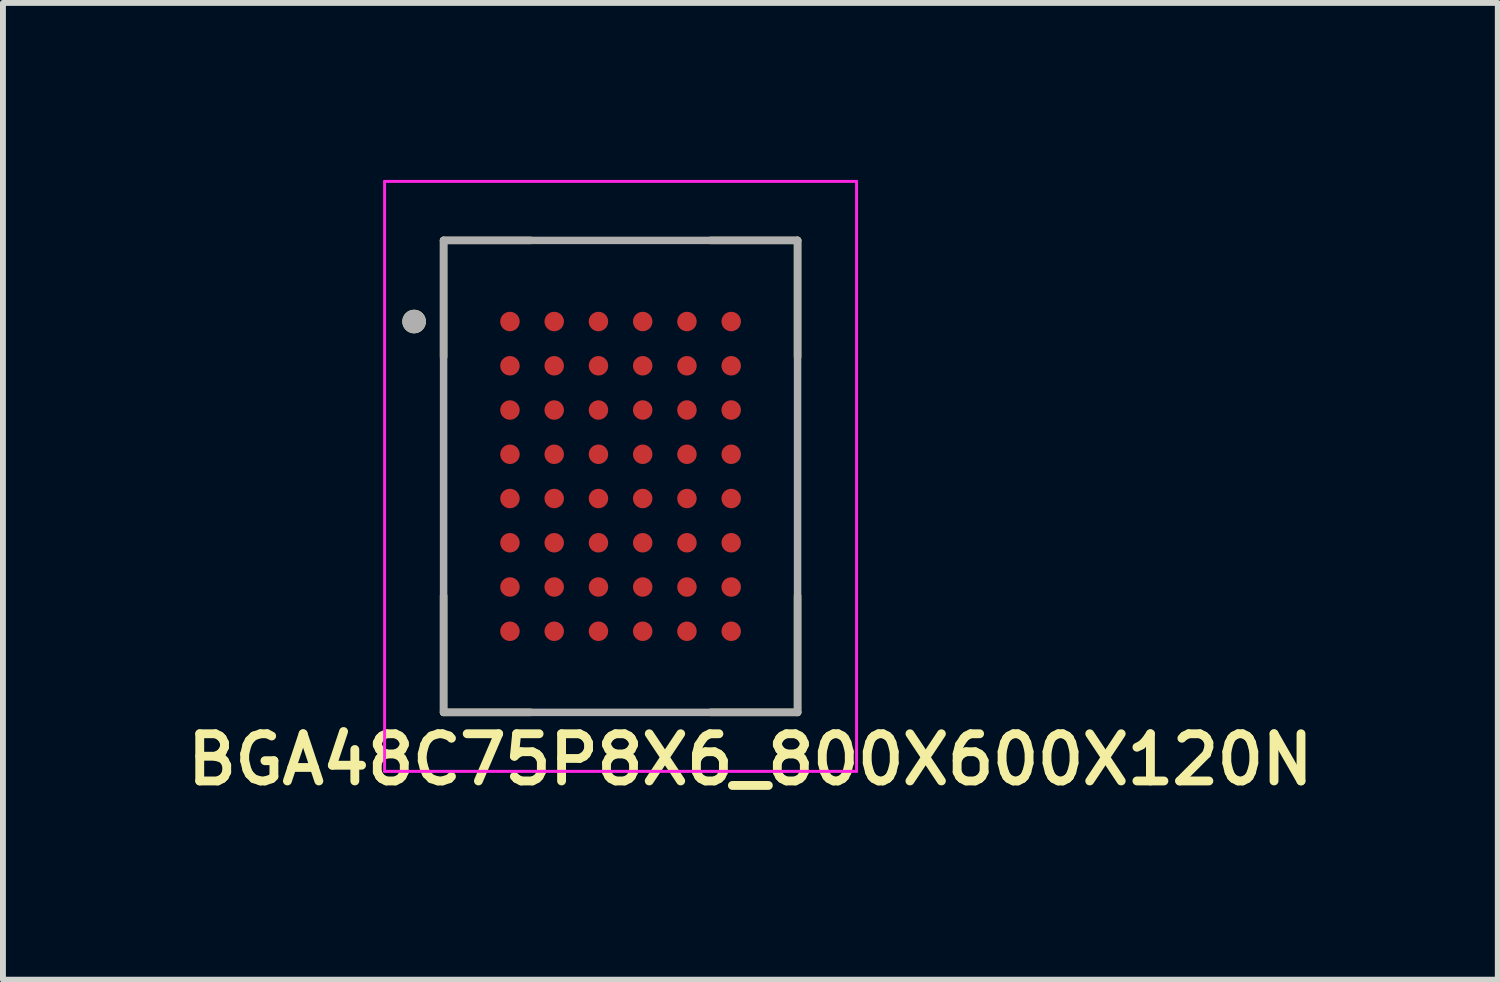
<source format=kicad_pcb>
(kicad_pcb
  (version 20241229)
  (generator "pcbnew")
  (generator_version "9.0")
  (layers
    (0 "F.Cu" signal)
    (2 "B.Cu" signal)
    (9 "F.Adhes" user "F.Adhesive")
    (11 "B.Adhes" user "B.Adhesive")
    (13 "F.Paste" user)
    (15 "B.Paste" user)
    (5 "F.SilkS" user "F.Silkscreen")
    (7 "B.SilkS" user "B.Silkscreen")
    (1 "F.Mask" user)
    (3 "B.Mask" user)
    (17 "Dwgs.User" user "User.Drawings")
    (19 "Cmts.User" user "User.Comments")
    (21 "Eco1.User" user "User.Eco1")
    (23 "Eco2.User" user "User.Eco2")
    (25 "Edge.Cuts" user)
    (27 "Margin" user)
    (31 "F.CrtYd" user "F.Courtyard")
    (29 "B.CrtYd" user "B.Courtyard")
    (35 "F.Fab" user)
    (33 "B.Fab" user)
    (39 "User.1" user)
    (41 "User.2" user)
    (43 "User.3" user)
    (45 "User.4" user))
  (footprint "BGA48C75P8X6_800X600X120N"
    (layer "F.Cu")
    (at 7.469 5.025)
    (property "Reference" "BGA48C75P8X6_800X600X120N" (at 2.2 4.8 180) (layer "F.SilkS") (effects (font (size 0.8 0.8) (thickness 0.15))))
    (attr smd)
    (fp_line (start -3 -4) (end -3 -2.025) (stroke (width 0.127) (type solid)) (layer "F.SilkS"))
    (fp_line (start -3 -4) (end -1.525 -4) (stroke (width 0.127) (type solid)) (layer "F.SilkS"))
    (fp_line (start -3 4) (end -3 2.025) (stroke (width 0.127) (type solid)) (layer "F.SilkS"))
    (fp_line (start -3 4) (end -1.525 4) (stroke (width 0.127) (type solid)) (layer "F.SilkS"))
    (fp_line (start 3 -4) (end 1.525 -4) (stroke (width 0.127) (type solid)) (layer "F.SilkS"))
    (fp_line (start 3 -4) (end 3 -2.025) (stroke (width 0.127) (type solid)) (layer "F.SilkS"))
    (fp_line (start 3 4) (end 1.525 4) (stroke (width 0.127) (type solid)) (layer "F.SilkS"))
    (fp_line (start 3 4) (end 3 2.025) (stroke (width 0.127) (type solid)) (layer "F.SilkS"))
    (fp_circle (center -3.5 -2.625) (end -3.4 -2.625) (stroke (width 0.2) (type solid)) (fill no) (layer "F.SilkS"))
    (fp_line (start -4 -5) (end 4 -5) (stroke (width 0.05) (type solid)) (layer "F.CrtYd"))
    (fp_line (start -4 5) (end -4 -5) (stroke (width 0.05) (type solid)) (layer "F.CrtYd"))
    (fp_line (start -4 5) (end 4 5) (stroke (width 0.05) (type solid)) (layer "F.CrtYd"))
    (fp_line (start 4 5) (end 4 -5) (stroke (width 0.05) (type solid)) (layer "F.CrtYd"))
    (fp_line (start -3 4) (end -3 -4) (stroke (width 0.127) (type solid)) (layer "F.Fab"))
    (fp_line (start 3 -4) (end -3 -4) (stroke (width 0.127) (type solid)) (layer "F.Fab"))
    (fp_line (start 3 4) (end -3 4) (stroke (width 0.127) (type solid)) (layer "F.Fab"))
    (fp_line (start 3 4) (end 3 -4) (stroke (width 0.127) (type solid)) (layer "F.Fab"))
    (fp_circle (center -3.5 -2.625) (end -3.4 -2.625) (stroke (width 0.2) (type solid)) (fill no) (layer "F.Fab"))
    (pad "A1" smd circle (at -1.875 -2.625) (size 0.33 0.33) (layers "F.Cu" "F.Mask" "F.Paste"))
    (pad "A2" smd circle (at -1.125 -2.625) (size 0.33 0.33) (layers "F.Cu" "F.Mask" "F.Paste"))
    (pad "A3" smd circle (at -0.375 -2.625) (size 0.33 0.33) (layers "F.Cu" "F.Mask" "F.Paste"))
    (pad "A4" smd circle (at 0.375 -2.625) (size 0.33 0.33) (layers "F.Cu" "F.Mask" "F.Paste"))
    (pad "A5" smd circle (at 1.125 -2.625) (size 0.33 0.33) (layers "F.Cu" "F.Mask" "F.Paste"))
    (pad "A6" smd circle (at 1.875 -2.625) (size 0.33 0.33) (layers "F.Cu" "F.Mask" "F.Paste"))
    (pad "B1" smd circle (at -1.875 -1.875) (size 0.33 0.33) (layers "F.Cu" "F.Mask" "F.Paste"))
    (pad "B2" smd circle (at -1.125 -1.875) (size 0.33 0.33) (layers "F.Cu" "F.Mask" "F.Paste"))
    (pad "B3" smd circle (at -0.375 -1.875) (size 0.33 0.33) (layers "F.Cu" "F.Mask" "F.Paste"))
    (pad "B4" smd circle (at 0.375 -1.875) (size 0.33 0.33) (layers "F.Cu" "F.Mask" "F.Paste"))
    (pad "B5" smd circle (at 1.125 -1.875) (size 0.33 0.33) (layers "F.Cu" "F.Mask" "F.Paste"))
    (pad "B6" smd circle (at 1.875 -1.875) (size 0.33 0.33) (layers "F.Cu" "F.Mask" "F.Paste"))
    (pad "C1" smd circle (at -1.875 -1.125) (size 0.33 0.33) (layers "F.Cu" "F.Mask" "F.Paste"))
    (pad "C2" smd circle (at -1.125 -1.125) (size 0.33 0.33) (layers "F.Cu" "F.Mask" "F.Paste"))
    (pad "C3" smd circle (at -0.375 -1.125) (size 0.33 0.33) (layers "F.Cu" "F.Mask" "F.Paste"))
    (pad "C4" smd circle (at 0.375 -1.125) (size 0.33 0.33) (layers "F.Cu" "F.Mask" "F.Paste"))
    (pad "C5" smd circle (at 1.125 -1.125) (size 0.33 0.33) (layers "F.Cu" "F.Mask" "F.Paste"))
    (pad "C6" smd circle (at 1.875 -1.125) (size 0.33 0.33) (layers "F.Cu" "F.Mask" "F.Paste"))
    (pad "D1" smd circle (at -1.875 -0.375) (size 0.33 0.33) (layers "F.Cu" "F.Mask" "F.Paste"))
    (pad "D2" smd circle (at -1.125 -0.375) (size 0.33 0.33) (layers "F.Cu" "F.Mask" "F.Paste"))
    (pad "D3" smd circle (at -0.375 -0.375) (size 0.33 0.33) (layers "F.Cu" "F.Mask" "F.Paste"))
    (pad "D4" smd circle (at 0.375 -0.375) (size 0.33 0.33) (layers "F.Cu" "F.Mask" "F.Paste"))
    (pad "D5" smd circle (at 1.125 -0.375) (size 0.33 0.33) (layers "F.Cu" "F.Mask" "F.Paste"))
    (pad "D6" smd circle (at 1.875 -0.375) (size 0.33 0.33) (layers "F.Cu" "F.Mask" "F.Paste"))
    (pad "E1" smd circle (at -1.875 0.375) (size 0.33 0.33) (layers "F.Cu" "F.Mask" "F.Paste"))
    (pad "E2" smd circle (at -1.125 0.375) (size 0.33 0.33) (layers "F.Cu" "F.Mask" "F.Paste"))
    (pad "E3" smd circle (at -0.375 0.375) (size 0.33 0.33) (layers "F.Cu" "F.Mask" "F.Paste"))
    (pad "E4" smd circle (at 0.375 0.375) (size 0.33 0.33) (layers "F.Cu" "F.Mask" "F.Paste"))
    (pad "E5" smd circle (at 1.125 0.375) (size 0.33 0.33) (layers "F.Cu" "F.Mask" "F.Paste"))
    (pad "E6" smd circle (at 1.875 0.375) (size 0.33 0.33) (layers "F.Cu" "F.Mask" "F.Paste"))
    (pad "F1" smd circle (at -1.875 1.125) (size 0.33 0.33) (layers "F.Cu" "F.Mask" "F.Paste"))
    (pad "F2" smd circle (at -1.125 1.125) (size 0.33 0.33) (layers "F.Cu" "F.Mask" "F.Paste"))
    (pad "F3" smd circle (at -0.375 1.125) (size 0.33 0.33) (layers "F.Cu" "F.Mask" "F.Paste"))
    (pad "F4" smd circle (at 0.375 1.125) (size 0.33 0.33) (layers "F.Cu" "F.Mask" "F.Paste"))
    (pad "F5" smd circle (at 1.125 1.125) (size 0.33 0.33) (layers "F.Cu" "F.Mask" "F.Paste"))
    (pad "F6" smd circle (at 1.875 1.125) (size 0.33 0.33) (layers "F.Cu" "F.Mask" "F.Paste"))
    (pad "G1" smd circle (at -1.875 1.875) (size 0.33 0.33) (layers "F.Cu" "F.Mask" "F.Paste"))
    (pad "G2" smd circle (at -1.125 1.875) (size 0.33 0.33) (layers "F.Cu" "F.Mask" "F.Paste"))
    (pad "G3" smd circle (at -0.375 1.875) (size 0.33 0.33) (layers "F.Cu" "F.Mask" "F.Paste"))
    (pad "G4" smd circle (at 0.375 1.875) (size 0.33 0.33) (layers "F.Cu" "F.Mask" "F.Paste"))
    (pad "G5" smd circle (at 1.125 1.875) (size 0.33 0.33) (layers "F.Cu" "F.Mask" "F.Paste"))
    (pad "G6" smd circle (at 1.875 1.875) (size 0.33 0.33) (layers "F.Cu" "F.Mask" "F.Paste"))
    (pad "H1" smd circle (at -1.875 2.625) (size 0.33 0.33) (layers "F.Cu" "F.Mask" "F.Paste"))
    (pad "H2" smd circle (at -1.125 2.625) (size 0.33 0.33) (layers "F.Cu" "F.Mask" "F.Paste"))
    (pad "H3" smd circle (at -0.375 2.625) (size 0.33 0.33) (layers "F.Cu" "F.Mask" "F.Paste"))
    (pad "H4" smd circle (at 0.375 2.625) (size 0.33 0.33) (layers "F.Cu" "F.Mask" "F.Paste"))
    (pad "H5" smd circle (at 1.125 2.625) (size 0.33 0.33) (layers "F.Cu" "F.Mask" "F.Paste"))
    (pad "H6" smd circle (at 1.875 2.625) (size 0.33 0.33) (layers "F.Cu" "F.Mask" "F.Paste")))
  (gr_rect
    (start -3 -3)
    (end 22.338 13.556)
    (stroke (width 0.1) (type default))
    (fill no)
    (layer "Edge.Cuts")))
</source>
